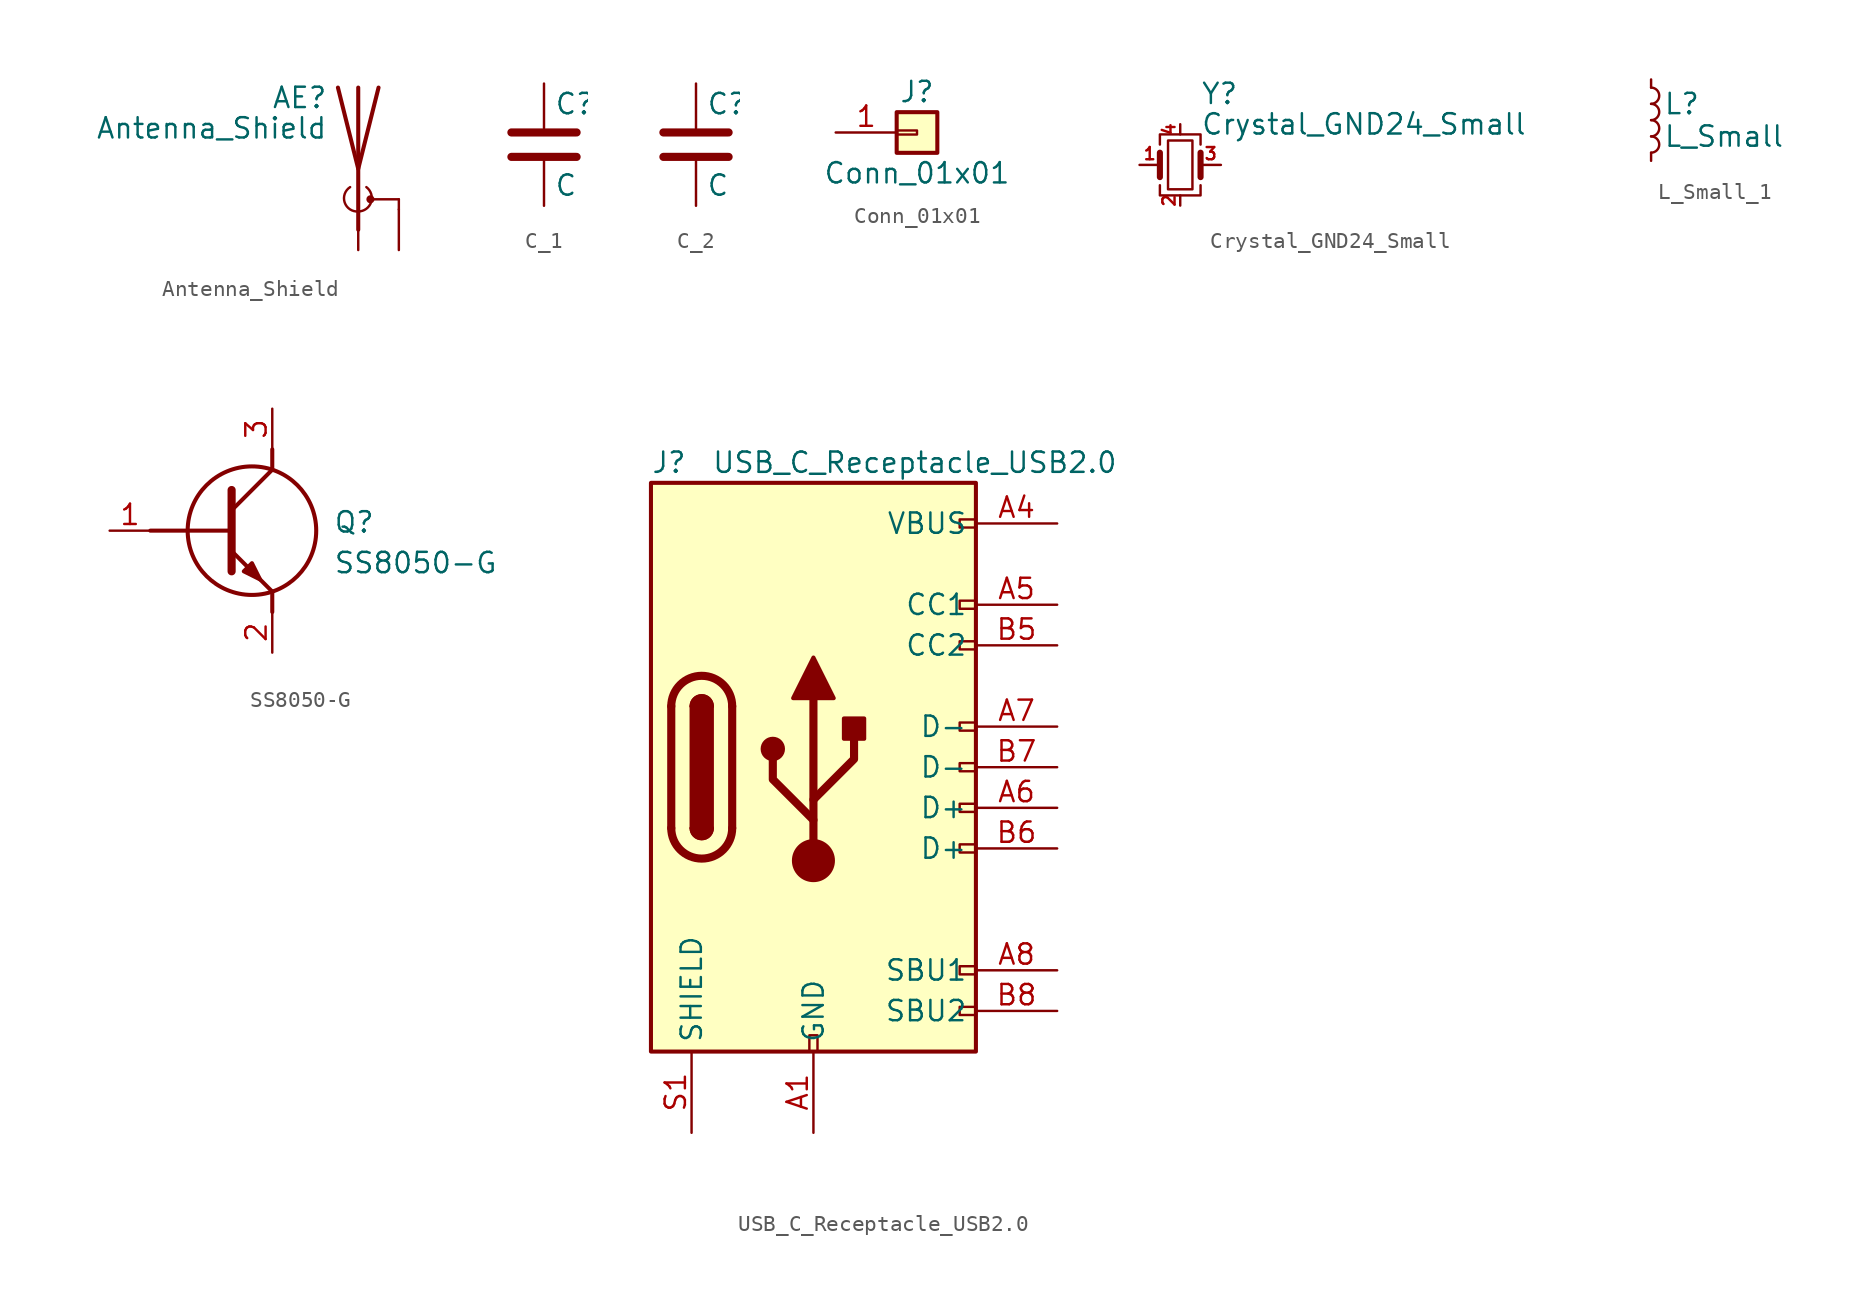
<source format=kicad_sym>
(kicad_symbol_lib
  (version 20231120)
  (generator "kicad_symbol_editor")
  (generator_version "8.0")
  (symbol "Antenna_Shield"
    (pin_numbers hide)
    (pin_names hide)
    (property "Reference" "AE"
      (at -1.905 4.445 0)
      (effects (font (size 1.27 1.27)) (justify right)))
    (property "Value" "Antenna_Shield"
      (at -1.905 2.54 0)
      (effects (font (size 1.27 1.27)) (justify right)))
    (symbol "Antenna_Shield_0_1"
      (arc (start -0.508 -1.143) (mid -0.8429 -2.1194) (end 0 -2.667) (stroke (width 0) (type default)) (fill (type none)))
      (arc (start 0 -2.667) (mid 0.7989 -2.1052) (end 0.508 -1.143) (stroke (width 0) (type default)) (fill (type none)))
      (polyline (pts (xy 0 -2.54) (xy 0 0)) (stroke (width 0) (type default)) (fill (type none)))
      (polyline (pts (xy 0 5.08) (xy 0 -3.81)) (stroke (width 0.254) (type default)) (fill (type none)))
      (polyline (pts (xy 0.762 -1.905) (xy 2.54 -1.905)) (stroke (width 0) (type default)) (fill (type none)))
      (polyline (pts (xy 2.54 -2.54) (xy 2.54 -1.905)) (stroke (width 0) (type default)) (fill (type none)))
      (polyline (pts (xy 1.27 5.08) (xy 0 0) (xy -1.27 5.08)) (stroke (width 0.254) (type default)) (fill (type none)))
      (circle (center 0.762 -1.905) (radius 0.178) (stroke (width 0) (type default)) (fill (type outline))))
    (symbol "Antenna_Shield_1_1"
      (pin input line (at 0 -5.08 90) (length 2.54) (name "A" (effects (font (size 1.27 1.27)))) (number "1" (effects (font (size 1.27 1.27)))))
      (pin input line (at 2.54 -5.08 90) (length 2.54) (name "Shield" (effects (font (size 1.27 1.27)))) (number "2" (effects (font (size 1.27 1.27)))))))
  (symbol "C_1"
    (pin_numbers hide)
    (pin_names
      (offset 0.254))
    (property "Reference" "C"
      (at 0.635 2.54 0)
      (effects (font (size 1.27 1.27)) (justify left)))
    (property "Value" "C"
      (at 0.635 -2.54 0)
      (effects (font (size 1.27 1.27)) (justify left)))
    (symbol "C_1_0_1"
      (polyline (pts (xy -2.032 -0.762) (xy 2.032 -0.762)) (stroke (width 0.508) (type default)) (fill (type none)))
      (polyline (pts (xy -2.032 0.762) (xy 2.032 0.762)) (stroke (width 0.508) (type default)) (fill (type none))))
    (symbol "C_1_1_1"
      (pin passive line (at 0 3.81 270) (length 2.794) (name "~" (effects (font (size 1.27 1.27)))) (number "1" (effects (font (size 1.27 1.27)))))
      (pin passive line (at 0 -3.81 90) (length 2.794) (name "~" (effects (font (size 1.27 1.27)))) (number "2" (effects (font (size 1.27 1.27)))))))
  (symbol "C_2"
    (pin_numbers hide)
    (pin_names
      (offset 0.254))
    (property "Reference" "C"
      (at 0.635 2.54 0)
      (effects (font (size 1.27 1.27)) (justify left)))
    (property "Value" "C"
      (at 0.635 -2.54 0)
      (effects (font (size 1.27 1.27)) (justify left)))
    (symbol "C_2_0_1"
      (polyline (pts (xy -2.032 -0.762) (xy 2.032 -0.762)) (stroke (width 0.508) (type default)) (fill (type none)))
      (polyline (pts (xy -2.032 0.762) (xy 2.032 0.762)) (stroke (width 0.508) (type default)) (fill (type none))))
    (symbol "C_2_1_1"
      (pin passive line (at 0 3.81 270) (length 2.794) (name "~" (effects (font (size 1.27 1.27)))) (number "1" (effects (font (size 1.27 1.27)))))
      (pin passive line (at 0 -3.81 90) (length 2.794) (name "~" (effects (font (size 1.27 1.27)))) (number "2" (effects (font (size 1.27 1.27)))))))
  (symbol "Conn_01x01"
    (pin_names hide)
    (property "Reference" "J"
      (at 0 2.54 0)
      (effects (font (size 1.27 1.27))))
    (property "Value" "Conn_01x01"
      (at 0 -2.54 0)
      (effects (font (size 1.27 1.27))))
    (symbol "Conn_01x01_1_1"
      (rectangle (start -1.27 0.127) (end 0 -0.127) (stroke (width 0.152) (type default)) (fill (type none)))
      (rectangle (start -1.27 1.27) (end 1.27 -1.27) (stroke (width 0.254) (type default)) (fill (type background)))
      (pin passive line (at -5.08 0 0) (length 3.81) (name "Pin_1" (effects (font (size 1.27 1.27)))) (number "1" (effects (font (size 1.27 1.27)))))))
  (symbol "Crystal_GND24_Small"
    (pin_names hide)
    (property "Reference" "Y"
      (at 1.27 4.445 0)
      (effects (font (size 1.27 1.27)) (justify left)))
    (property "Value" "Crystal_GND24_Small"
      (at 1.27 2.54 0)
      (effects (font (size 1.27 1.27)) (justify left)))
    (symbol "Crystal_GND24_Small_0_1"
      (rectangle (start -0.762 -1.524) (end 0.762 1.524) (stroke (width 0) (type default)) (fill (type none)))
      (polyline (pts (xy -1.27 -0.762) (xy -1.27 0.762)) (stroke (width 0.381) (type default)) (fill (type none)))
      (polyline (pts (xy 1.27 -0.762) (xy 1.27 0.762)) (stroke (width 0.381) (type default)) (fill (type none)))
      (polyline (pts (xy -1.27 -1.27) (xy -1.27 -1.905) (xy 1.27 -1.905) (xy 1.27 -1.27)) (stroke (width 0) (type default)) (fill (type none)))
      (polyline (pts (xy -1.27 1.27) (xy -1.27 1.905) (xy 1.27 1.905) (xy 1.27 1.27)) (stroke (width 0) (type default)) (fill (type none))))
    (symbol "Crystal_GND24_Small_1_1"
      (pin passive line (at -2.54 0 0) (length 1.27) (name "1" (effects (font (size 1.27 1.27)))) (number "1" (effects (font (size 0.762 0.762)))))
      (pin passive line (at 0 -2.54 90) (length 0.635) (name "2" (effects (font (size 1.27 1.27)))) (number "2" (effects (font (size 0.762 0.762)))))
      (pin passive line (at 2.54 0 180) (length 1.27) (name "3" (effects (font (size 1.27 1.27)))) (number "3" (effects (font (size 0.762 0.762)))))
      (pin passive line (at 0 2.54 270) (length 0.635) (name "4" (effects (font (size 1.27 1.27)))) (number "4" (effects (font (size 0.762 0.762)))))))
  (symbol "L_Small_1"
    (pin_numbers hide)
    (pin_names
      (offset 0.254) hide)
    (property "Reference" "L"
      (at 0.762 1.016 0)
      (effects (font (size 1.27 1.27)) (justify left)))
    (property "Value" "L_Small"
      (at 0.762 -1.016 0)
      (effects (font (size 1.27 1.27)) (justify left)))
    (symbol "L_Small_1_0_1"
      (arc (start 0 -2.032) (mid 0.5058 -1.524) (end 0 -1.016) (stroke (width 0) (type default)) (fill (type none)))
      (arc (start 0 -1.016) (mid 0.5058 -0.508) (end 0 0) (stroke (width 0) (type default)) (fill (type none)))
      (arc (start 0 0) (mid 0.5058 0.508) (end 0 1.016) (stroke (width 0) (type default)) (fill (type none)))
      (arc (start 0 1.016) (mid 0.5058 1.524) (end 0 2.032) (stroke (width 0) (type default)) (fill (type none))))
    (symbol "L_Small_1_1_1"
      (pin passive line (at 0 2.54 270) (length 0.508) (name "~" (effects (font (size 1.27 1.27)))) (number "1" (effects (font (size 1.27 1.27)))))
      (pin passive line (at 0 -2.54 90) (length 0.508) (name "~" (effects (font (size 1.27 1.27)))) (number "2" (effects (font (size 1.27 1.27)))))))
  (symbol "SS8050-G"
    (pin_names hide)
    (property "Reference" "Q"
      (at 13.97 1.27 0)
      (effects (font (size 1.27 1.27)) (justify left top)))
    (property "Value" "SS8050-G"
      (at 13.97 -1.27 0)
      (effects (font (size 1.27 1.27)) (justify left top)))
    (symbol "SS8050-G_1_1"
      (polyline (pts (xy 2.54 0) (xy 7.62 0)) (stroke (width 0.254) (type default)) (fill (type none)))
      (polyline (pts (xy 7.62 -1.27) (xy 10.16 -3.81)) (stroke (width 0.254) (type default)) (fill (type none)))
      (polyline (pts (xy 7.62 1.27) (xy 10.16 3.81)) (stroke (width 0.254) (type default)) (fill (type none)))
      (polyline (pts (xy 7.62 2.54) (xy 7.62 -2.54)) (stroke (width 0.508) (type default)) (fill (type none)))
      (polyline (pts (xy 10.16 -3.81) (xy 10.16 -5.08)) (stroke (width 0.254) (type default)) (fill (type none)))
      (polyline (pts (xy 10.16 3.81) (xy 10.16 5.08)) (stroke (width 0.254) (type default)) (fill (type none)))
      (polyline (pts (xy 8.382 -2.54) (xy 8.89 -2.032) (xy 9.398 -3.048) (xy 8.382 -2.54)) (stroke (width 0.254) (type default)) (fill (type outline)))
      (circle (center 8.89 0) (radius 4.016) (stroke (width 0.254) (type default)) (fill (type none)))
      (pin passive line (at 0 0 0) (length 2.54) (name "B" (effects (font (size 1.27 1.27)))) (number "1" (effects (font (size 1.27 1.27)))))
      (pin passive line (at 10.16 -7.62 90) (length 2.54) (name "E" (effects (font (size 1.27 1.27)))) (number "2" (effects (font (size 1.27 1.27)))))
      (pin passive line (at 10.16 7.62 270) (length 2.54) (name "C" (effects (font (size 1.27 1.27)))) (number "3" (effects (font (size 1.27 1.27)))))))
  (symbol "USB_C_Receptacle_USB2.0"
    (property "Reference" "J"
      (at -10.16 19.05 0)
      (effects (font (size 1.27 1.27)) (justify left)))
    (property "Value" "USB_C_Receptacle_USB2.0"
      (at 19.05 19.05 0)
      (effects (font (size 1.27 1.27)) (justify right)))
    (symbol "USB_C_Receptacle_USB2.0_0_0"
      (rectangle (start -0.254 -17.78) (end 0.254 -16.764) (stroke (width 0) (type default)) (fill (type none)))
      (rectangle (start 10.16 -14.986) (end 9.144 -15.494) (stroke (width 0) (type default)) (fill (type none)))
      (rectangle (start 10.16 -12.446) (end 9.144 -12.954) (stroke (width 0) (type default)) (fill (type none)))
      (rectangle (start 10.16 -4.826) (end 9.144 -5.334) (stroke (width 0) (type default)) (fill (type none)))
      (rectangle (start 10.16 -2.286) (end 9.144 -2.794) (stroke (width 0) (type default)) (fill (type none)))
      (rectangle (start 10.16 0.254) (end 9.144 -0.254) (stroke (width 0) (type default)) (fill (type none)))
      (rectangle (start 10.16 2.794) (end 9.144 2.286) (stroke (width 0) (type default)) (fill (type none)))
      (rectangle (start 10.16 7.874) (end 9.144 7.366) (stroke (width 0) (type default)) (fill (type none)))
      (rectangle (start 10.16 10.414) (end 9.144 9.906) (stroke (width 0) (type default)) (fill (type none)))
      (rectangle (start 10.16 15.494) (end 9.144 14.986) (stroke (width 0) (type default)) (fill (type none))))
    (symbol "USB_C_Receptacle_USB2.0_0_1"
      (rectangle (start -10.16 17.78) (end 10.16 -17.78) (stroke (width 0.254) (type default)) (fill (type background)))
      (arc (start -8.89 -3.81) (mid -6.985 -5.7066) (end -5.08 -3.81) (stroke (width 0.508) (type default)) (fill (type none)))
      (arc (start -7.62 -3.81) (mid -6.985 -4.4422) (end -6.35 -3.81) (stroke (width 0.254) (type default)) (fill (type none)))
      (arc (start -7.62 -3.81) (mid -6.985 -4.4422) (end -6.35 -3.81) (stroke (width 0.254) (type default)) (fill (type outline)))
      (rectangle (start -7.62 -3.81) (end -6.35 3.81) (stroke (width 0.254) (type default)) (fill (type outline)))
      (arc (start -6.35 3.81) (mid -6.985 4.4422) (end -7.62 3.81) (stroke (width 0.254) (type default)) (fill (type none)))
      (arc (start -6.35 3.81) (mid -6.985 4.4422) (end -7.62 3.81) (stroke (width 0.254) (type default)) (fill (type outline)))
      (arc (start -5.08 3.81) (mid -6.985 5.7066) (end -8.89 3.81) (stroke (width 0.508) (type default)) (fill (type none)))
      (circle (center -2.54 1.143) (radius 0.635) (stroke (width 0.254) (type default)) (fill (type outline)))
      (circle (center 0 -5.842) (radius 1.27) (stroke (width 0) (type default)) (fill (type outline)))
      (polyline (pts (xy -8.89 -3.81) (xy -8.89 3.81)) (stroke (width 0.508) (type default)) (fill (type none)))
      (polyline (pts (xy -5.08 3.81) (xy -5.08 -3.81)) (stroke (width 0.508) (type default)) (fill (type none)))
      (polyline (pts (xy 0 -5.842) (xy 0 4.318)) (stroke (width 0.508) (type default)) (fill (type none)))
      (polyline (pts (xy 0 -3.302) (xy -2.54 -0.762) (xy -2.54 0.508)) (stroke (width 0.508) (type default)) (fill (type none)))
      (polyline (pts (xy 0 -2.032) (xy 2.54 0.508) (xy 2.54 1.778)) (stroke (width 0.508) (type default)) (fill (type none)))
      (polyline (pts (xy -1.27 4.318) (xy 0 6.858) (xy 1.27 4.318) (xy -1.27 4.318)) (stroke (width 0.254) (type default)) (fill (type outline)))
      (rectangle (start 1.905 1.778) (end 3.175 3.048) (stroke (width 0.254) (type default)) (fill (type outline))))
    (symbol "USB_C_Receptacle_USB2.0_1_1"
      (pin power_in line (at 0 -22.86 90) (length 5.08) (name "GND" (effects (font (size 1.27 1.27)))) (number "A1" (effects (font (size 1.27 1.27)))))
      (pin passive line (at 0 -22.86 90) (length 5.08) hide (name "GND" (effects (font (size 1.27 1.27)))) (number "A12" (effects (font (size 1.27 1.27)))))
      (pin power_in line (at 15.24 15.24 180) (length 5.08) (name "VBUS" (effects (font (size 1.27 1.27)))) (number "A4" (effects (font (size 1.27 1.27)))))
      (pin bidirectional line (at 15.24 10.16 180) (length 5.08) (name "CC1" (effects (font (size 1.27 1.27)))) (number "A5" (effects (font (size 1.27 1.27)))))
      (pin bidirectional line (at 15.24 -2.54 180) (length 5.08) (name "D+" (effects (font (size 1.27 1.27)))) (number "A6" (effects (font (size 1.27 1.27)))))
      (pin bidirectional line (at 15.24 2.54 180) (length 5.08) (name "D-" (effects (font (size 1.27 1.27)))) (number "A7" (effects (font (size 1.27 1.27)))))
      (pin bidirectional line (at 15.24 -12.7 180) (length 5.08) (name "SBU1" (effects (font (size 1.27 1.27)))) (number "A8" (effects (font (size 1.27 1.27)))))
      (pin passive line (at 15.24 15.24 180) (length 5.08) hide (name "VBUS" (effects (font (size 1.27 1.27)))) (number "A9" (effects (font (size 1.27 1.27)))))
      (pin passive line (at 0 -22.86 90) (length 5.08) hide (name "GND" (effects (font (size 1.27 1.27)))) (number "B1" (effects (font (size 1.27 1.27)))))
      (pin passive line (at 0 -22.86 90) (length 5.08) hide (name "GND" (effects (font (size 1.27 1.27)))) (number "B12" (effects (font (size 1.27 1.27)))))
      (pin passive line (at 15.24 15.24 180) (length 5.08) hide (name "VBUS" (effects (font (size 1.27 1.27)))) (number "B4" (effects (font (size 1.27 1.27)))))
      (pin bidirectional line (at 15.24 7.62 180) (length 5.08) (name "CC2" (effects (font (size 1.27 1.27)))) (number "B5" (effects (font (size 1.27 1.27)))))
      (pin bidirectional line (at 15.24 -5.08 180) (length 5.08) (name "D+" (effects (font (size 1.27 1.27)))) (number "B6" (effects (font (size 1.27 1.27)))))
      (pin bidirectional line (at 15.24 0 180) (length 5.08) (name "D-" (effects (font (size 1.27 1.27)))) (number "B7" (effects (font (size 1.27 1.27)))))
      (pin bidirectional line (at 15.24 -15.24 180) (length 5.08) (name "SBU2" (effects (font (size 1.27 1.27)))) (number "B8" (effects (font (size 1.27 1.27)))))
      (pin passive line (at 15.24 15.24 180) (length 5.08) hide (name "VBUS" (effects (font (size 1.27 1.27)))) (number "B9" (effects (font (size 1.27 1.27)))))
      (pin passive line (at -7.62 -22.86 90) (length 5.08) (name "SHIELD" (effects (font (size 1.27 1.27)))) (number "S1" (effects (font (size 1.27 1.27))))))))
</source>
